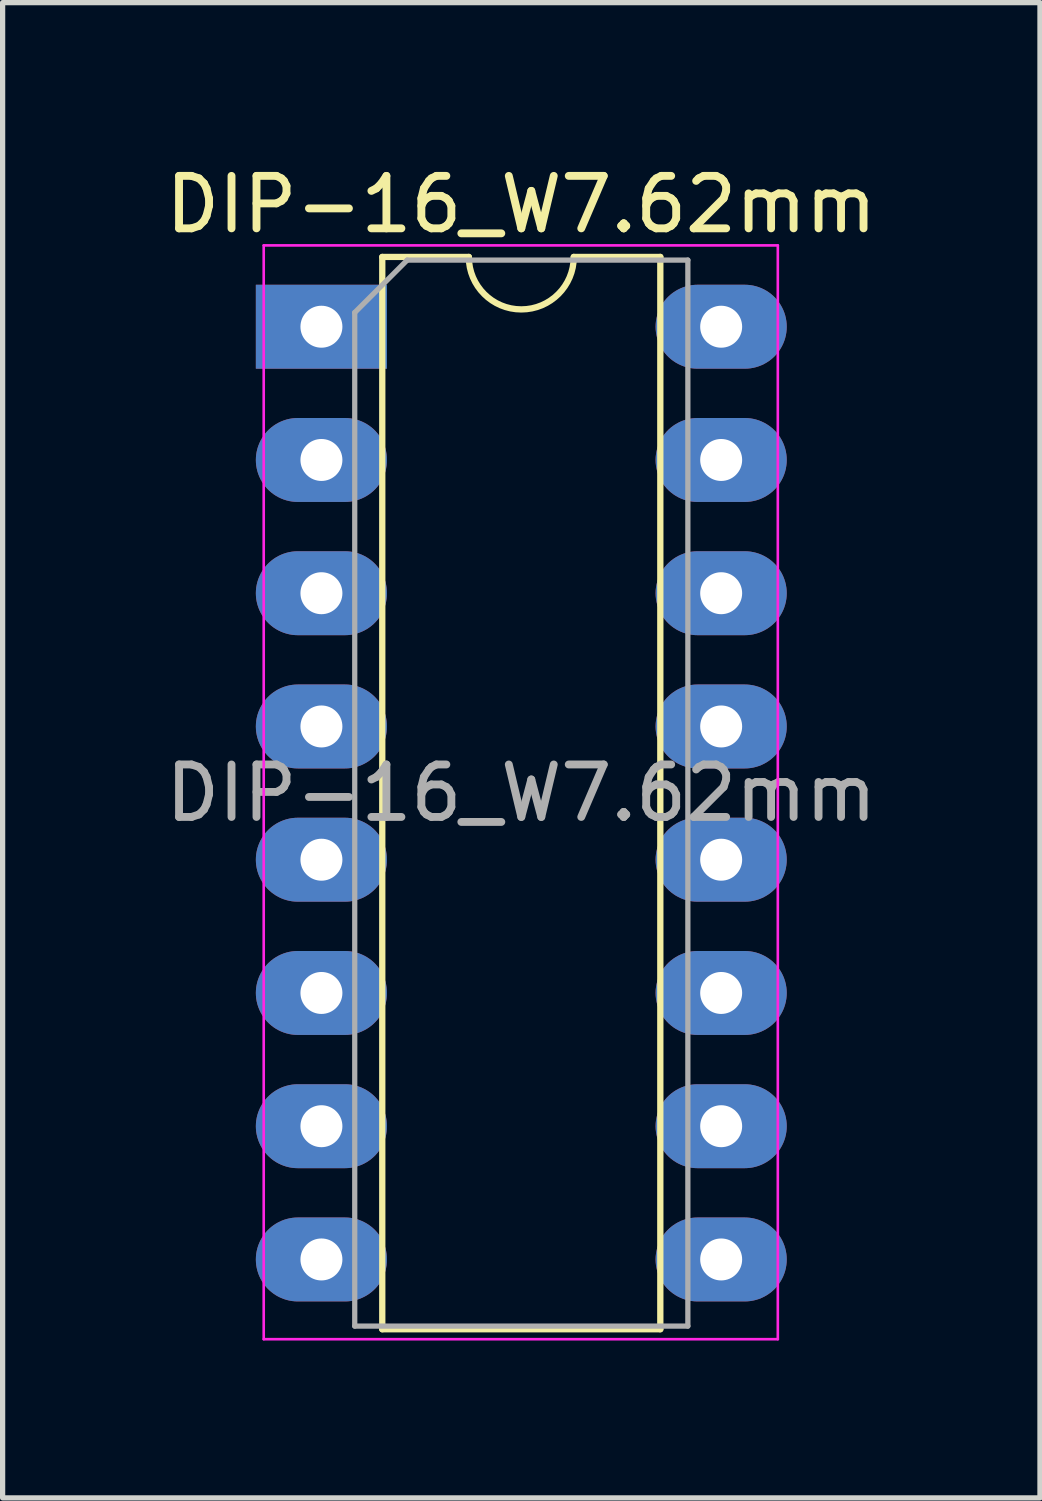
<source format=kicad_pcb>
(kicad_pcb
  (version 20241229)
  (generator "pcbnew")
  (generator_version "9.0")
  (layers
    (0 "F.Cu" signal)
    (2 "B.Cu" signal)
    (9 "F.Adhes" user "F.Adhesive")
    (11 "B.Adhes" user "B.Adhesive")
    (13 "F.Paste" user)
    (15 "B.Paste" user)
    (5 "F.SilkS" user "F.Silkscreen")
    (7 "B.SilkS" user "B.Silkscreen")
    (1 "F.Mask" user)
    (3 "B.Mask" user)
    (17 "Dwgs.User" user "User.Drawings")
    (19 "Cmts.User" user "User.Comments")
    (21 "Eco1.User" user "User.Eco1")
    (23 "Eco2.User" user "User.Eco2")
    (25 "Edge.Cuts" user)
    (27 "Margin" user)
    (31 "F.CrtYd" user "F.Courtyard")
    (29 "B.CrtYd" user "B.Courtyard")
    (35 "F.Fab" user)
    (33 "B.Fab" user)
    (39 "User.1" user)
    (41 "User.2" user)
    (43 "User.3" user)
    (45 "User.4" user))
  (footprint "DIP-16_W7.62mm"
    (layer "F.Cu")
    (at 3.077 3.178)
    (property "Reference" "DIP-16_W7.62mm" (at 3.81 -2.33 0) (layer "F.SilkS") (effects (font (size 1 1) (thickness 0.15))))
    (attr through_hole)
    (fp_line (start 1.16 -1.33) (end 1.16 19.11) (stroke (width 0.12) (type solid)) (layer "F.SilkS"))
    (fp_line (start 1.16 19.11) (end 6.46 19.11) (stroke (width 0.12) (type solid)) (layer "F.SilkS"))
    (fp_line (start 2.81 -1.33) (end 1.16 -1.33) (stroke (width 0.12) (type solid)) (layer "F.SilkS"))
    (fp_line (start 6.46 -1.33) (end 4.81 -1.33) (stroke (width 0.12) (type solid)) (layer "F.SilkS"))
    (fp_line (start 6.46 19.11) (end 6.46 -1.33) (stroke (width 0.12) (type solid)) (layer "F.SilkS"))
    (fp_arc (start 4.81 -1.33) (mid 3.81 -0.33) (end 2.81 -1.33) (stroke (width 0.12) (type solid)) (layer "F.SilkS"))
    (fp_line (start -1.1 -1.55) (end -1.1 19.3) (stroke (width 0.05) (type solid)) (layer "F.CrtYd"))
    (fp_line (start -1.1 19.3) (end 8.7 19.3) (stroke (width 0.05) (type solid)) (layer "F.CrtYd"))
    (fp_line (start 8.7 -1.55) (end -1.1 -1.55) (stroke (width 0.05) (type solid)) (layer "F.CrtYd"))
    (fp_line (start 8.7 19.3) (end 8.7 -1.55) (stroke (width 0.05) (type solid)) (layer "F.CrtYd"))
    (fp_line (start 0.635 -0.27) (end 1.635 -1.27) (stroke (width 0.1) (type solid)) (layer "F.Fab"))
    (fp_line (start 0.635 19.05) (end 0.635 -0.27) (stroke (width 0.1) (type solid)) (layer "F.Fab"))
    (fp_line (start 1.635 -1.27) (end 6.985 -1.27) (stroke (width 0.1) (type solid)) (layer "F.Fab"))
    (fp_line (start 6.985 -1.27) (end 6.985 19.05) (stroke (width 0.1) (type solid)) (layer "F.Fab"))
    (fp_line (start 6.985 19.05) (end 0.635 19.05) (stroke (width 0.1) (type solid)) (layer "F.Fab"))
    (fp_text user "${REFERENCE}" (at 3.81 8.89 0) (layer "F.Fab") (effects (font (size 1 1) (thickness 0.15))))
    (pad "1" thru_hole rect (at 0 0) (size 2.5 1.6) (drill 0.8) (layers "*.Cu" "*.Mask"))
    (pad "2" thru_hole oval (at 0 2.54) (size 2.5 1.6) (drill 0.8) (layers "*.Cu" "*.Mask"))
    (pad "3" thru_hole oval (at 0 5.08) (size 2.5 1.6) (drill 0.8) (layers "*.Cu" "*.Mask"))
    (pad "4" thru_hole oval (at 0 7.62) (size 2.5 1.6) (drill 0.8) (layers "*.Cu" "*.Mask"))
    (pad "5" thru_hole oval (at 0 10.16) (size 2.5 1.6) (drill 0.8) (layers "*.Cu" "*.Mask"))
    (pad "6" thru_hole oval (at 0 12.7) (size 2.5 1.6) (drill 0.8) (layers "*.Cu" "*.Mask"))
    (pad "7" thru_hole oval (at 0 15.24) (size 2.5 1.6) (drill 0.8) (layers "*.Cu" "*.Mask"))
    (pad "8" thru_hole oval (at 0 17.78) (size 2.5 1.6) (drill 0.8) (layers "*.Cu" "*.Mask"))
    (pad "9" thru_hole oval (at 7.62 17.78) (size 2.5 1.6) (drill 0.8) (layers "*.Cu" "*.Mask"))
    (pad "10" thru_hole oval (at 7.62 15.24) (size 2.5 1.6) (drill 0.8) (layers "*.Cu" "*.Mask"))
    (pad "11" thru_hole oval (at 7.62 12.7) (size 2.5 1.6) (drill 0.8) (layers "*.Cu" "*.Mask"))
    (pad "12" thru_hole oval (at 7.62 10.16) (size 2.5 1.6) (drill 0.8) (layers "*.Cu" "*.Mask"))
    (pad "13" thru_hole oval (at 7.62 7.62) (size 2.5 1.6) (drill 0.8) (layers "*.Cu" "*.Mask"))
    (pad "14" thru_hole oval (at 7.62 5.08) (size 2.5 1.6) (drill 0.8) (layers "*.Cu" "*.Mask"))
    (pad "15" thru_hole oval (at 7.62 2.54) (size 2.5 1.6) (drill 0.8) (layers "*.Cu" "*.Mask"))
    (pad "16" thru_hole oval (at 7.62 0) (size 2.5 1.6) (drill 0.8) (layers "*.Cu" "*.Mask")))
  (gr_rect
    (start -3 -3)
    (end 16.774 25.503)
    (stroke (width 0.1) (type default))
    (fill no)
    (layer "Edge.Cuts")))
</source>
